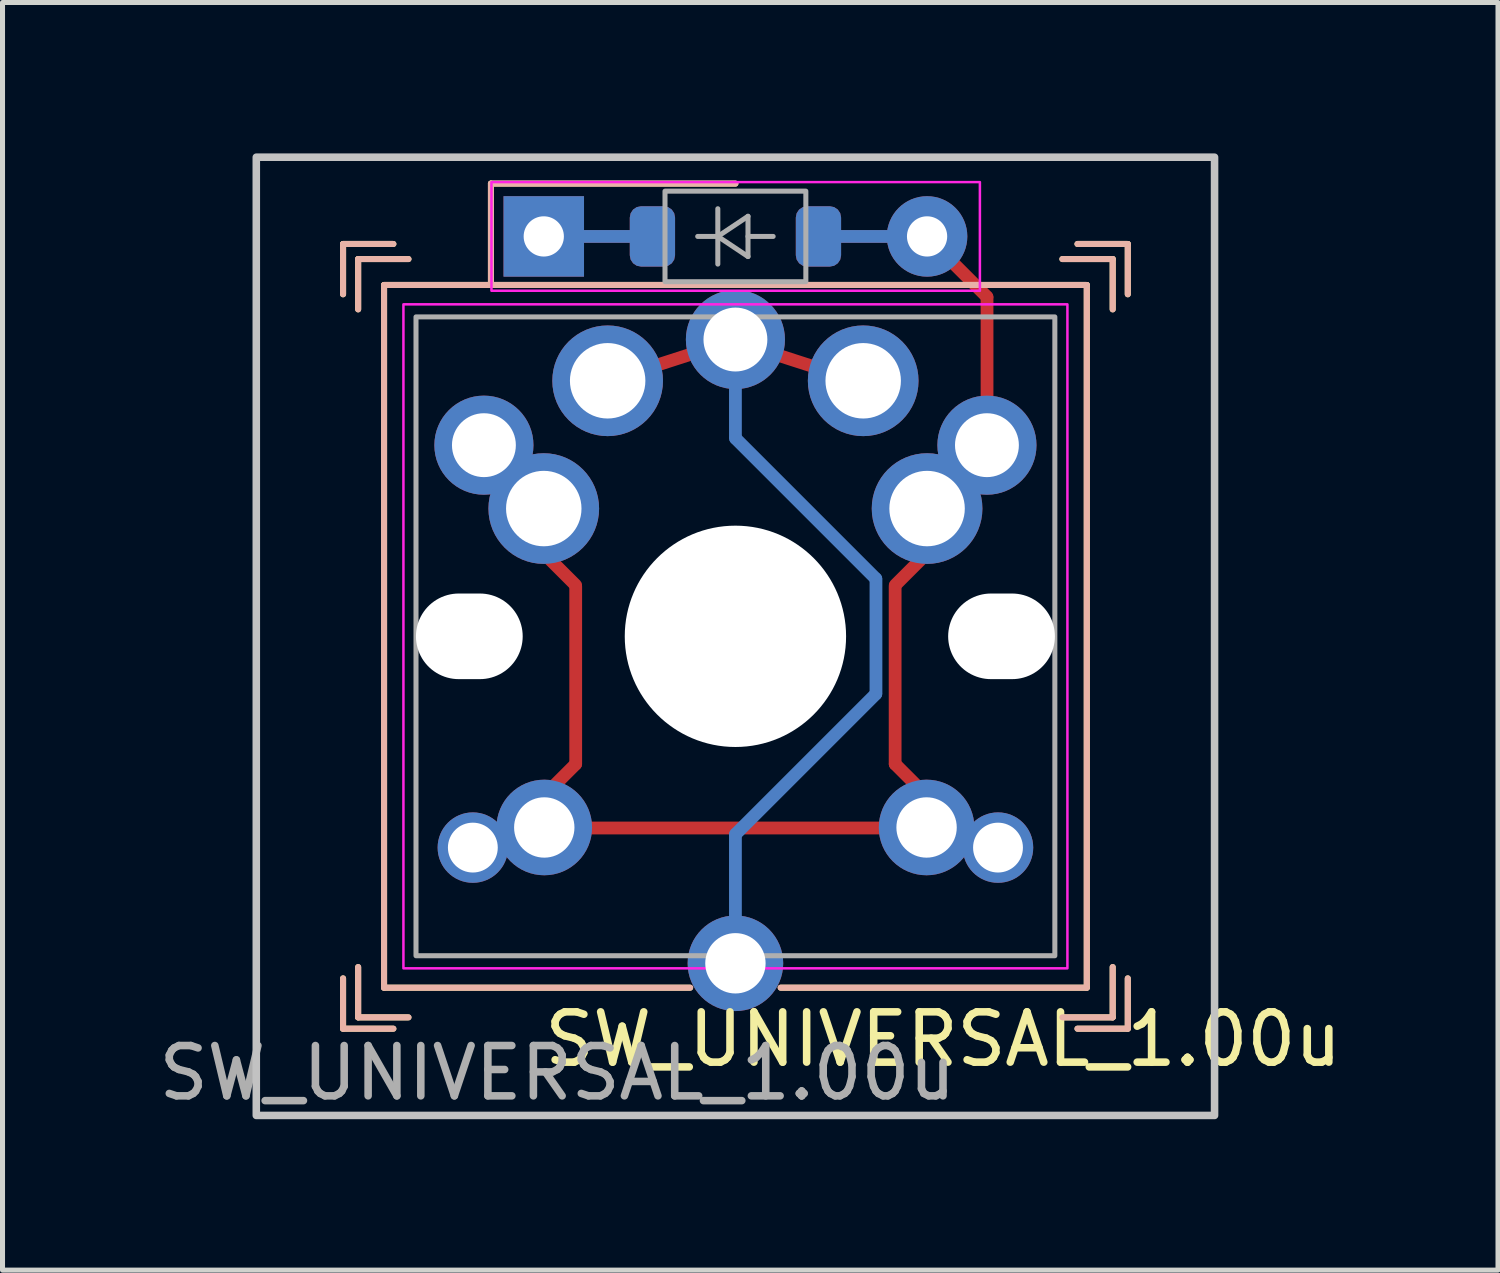
<source format=kicad_pcb>
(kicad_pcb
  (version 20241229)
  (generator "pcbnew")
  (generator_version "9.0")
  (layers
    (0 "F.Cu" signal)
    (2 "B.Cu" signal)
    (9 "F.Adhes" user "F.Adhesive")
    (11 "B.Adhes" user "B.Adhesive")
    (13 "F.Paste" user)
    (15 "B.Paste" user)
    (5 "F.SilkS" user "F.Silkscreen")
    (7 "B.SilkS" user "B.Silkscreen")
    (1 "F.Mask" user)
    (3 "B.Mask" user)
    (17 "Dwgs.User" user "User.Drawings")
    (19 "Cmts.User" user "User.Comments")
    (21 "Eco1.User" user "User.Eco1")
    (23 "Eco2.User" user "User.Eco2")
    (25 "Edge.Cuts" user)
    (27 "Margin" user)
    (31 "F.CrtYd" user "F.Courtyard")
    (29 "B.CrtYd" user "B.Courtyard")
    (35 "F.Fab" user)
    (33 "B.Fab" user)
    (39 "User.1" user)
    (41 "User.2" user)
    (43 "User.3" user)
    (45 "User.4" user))
  (footprint "SW_UNIVERSAL_1.00u"
    (layer "F.Cu")
    (at 11.57 9.6)
    (property "Reference" "SW_UNIVERSAL_1.00u" (at 4.13 8.01 0) (layer "F.SilkS") (effects (font (size 1 1) (thickness 0.15))))
    (attr through_hole)
    (fp_line (start -7.8 -7.8) (end -7.8 -6.8) (stroke (width 0.12) (type default)) (layer "F.SilkS"))
    (fp_line (start -7.8 -7.8) (end -6.8 -7.8) (stroke (width 0.12) (type default)) (layer "F.SilkS"))
    (fp_line (start -7.8 7.8) (end -7.8 6.8) (stroke (width 0.12) (type default)) (layer "F.SilkS"))
    (fp_line (start -7.8 7.8) (end -6.8 7.8) (stroke (width 0.12) (type default)) (layer "F.SilkS"))
    (fp_line (start -7.5 -7.5) (end -7.5 -6.5) (stroke (width 0.12) (type default)) (layer "F.SilkS"))
    (fp_line (start -7.5 -7.5) (end -6.5 -7.5) (stroke (width 0.12) (type default)) (layer "F.SilkS"))
    (fp_line (start -7.5 7.575) (end -7.5 6.575) (stroke (width 0.12) (type default)) (layer "F.SilkS"))
    (fp_line (start -7.5 7.575) (end -6.5 7.575) (stroke (width 0.12) (type default)) (layer "F.SilkS"))
    (fp_line (start -6.985 -6.985) (end 6.985 -6.985) (stroke (width 0.12) (type solid)) (layer "F.SilkS"))
    (fp_line (start -6.985 6.985) (end -6.985 -6.985) (stroke (width 0.12) (type solid)) (layer "F.SilkS"))
    (fp_line (start -4.86 -9) (end 0 -9) (stroke (width 0.12) (type default)) (layer "F.SilkS"))
    (fp_line (start -4.86 -7) (end -4.86 -9) (stroke (width 0.12) (type default)) (layer "F.SilkS"))
    (fp_line (start -0.9 6.985) (end -6.985 6.985) (stroke (width 0.12) (type solid)) (layer "F.SilkS"))
    (fp_line (start 6.985 -6.985) (end 6.985 6.985) (stroke (width 0.12) (type default)) (layer "F.SilkS"))
    (fp_line (start 6.985 6.985) (end 0.9 6.985) (stroke (width 0.12) (type default)) (layer "F.SilkS"))
    (fp_line (start 7.5 -7.5) (end 6.5 -7.5) (stroke (width 0.12) (type default)) (layer "F.SilkS"))
    (fp_line (start 7.5 -7.5) (end 7.5 -6.5) (stroke (width 0.12) (type default)) (layer "F.SilkS"))
    (fp_line (start 7.5 7.575) (end 6.5 7.575) (stroke (width 0.12) (type default)) (layer "F.SilkS"))
    (fp_line (start 7.5 7.575) (end 7.5 6.575) (stroke (width 0.12) (type default)) (layer "F.SilkS"))
    (fp_line (start 7.8 -7.8) (end 6.8 -7.8) (stroke (width 0.12) (type default)) (layer "F.SilkS"))
    (fp_line (start 7.8 -7.8) (end 7.8 -6.8) (stroke (width 0.12) (type default)) (layer "F.SilkS"))
    (fp_line (start 7.8 7.8) (end 6.8 7.8) (stroke (width 0.12) (type default)) (layer "F.SilkS"))
    (fp_line (start 7.8 7.8) (end 7.8 6.8) (stroke (width 0.12) (type default)) (layer "F.SilkS"))
    (fp_line (start -7.8 -6.8) (end -7.8 -7.8) (stroke (width 0.12) (type default)) (layer "B.SilkS"))
    (fp_line (start -7.8 6.8) (end -7.8 7.8) (stroke (width 0.12) (type default)) (layer "B.SilkS"))
    (fp_line (start -7.5 -6.5) (end -7.5 -7.5) (stroke (width 0.12) (type default)) (layer "B.SilkS"))
    (fp_line (start -7.5 6.575) (end -7.5 7.575) (stroke (width 0.12) (type default)) (layer "B.SilkS"))
    (fp_line (start -6.985 -6.985) (end 6.985 -6.985) (stroke (width 0.12) (type solid)) (layer "B.SilkS"))
    (fp_line (start -6.985 6.985) (end -6.985 -6.985) (stroke (width 0.12) (type default)) (layer "B.SilkS"))
    (fp_line (start -6.8 -7.8) (end -7.8 -7.8) (stroke (width 0.12) (type default)) (layer "B.SilkS"))
    (fp_line (start -6.8 7.8) (end -7.8 7.8) (stroke (width 0.12) (type default)) (layer "B.SilkS"))
    (fp_line (start -6.5 -7.5) (end -7.5 -7.5) (stroke (width 0.12) (type default)) (layer "B.SilkS"))
    (fp_line (start -6.5 7.575) (end -7.5 7.575) (stroke (width 0.12) (type default)) (layer "B.SilkS"))
    (fp_line (start -4.86 -7) (end -4.86 -9) (stroke (width 0.12) (type default)) (layer "B.SilkS"))
    (fp_line (start -0.9 6.985) (end -6.985 6.985) (stroke (width 0.12) (type default)) (layer "B.SilkS"))
    (fp_line (start 0 -9) (end -4.86 -9) (stroke (width 0.12) (type default)) (layer "B.SilkS"))
    (fp_line (start 6.5 -7.5) (end 7.5 -7.5) (stroke (width 0.12) (type default)) (layer "B.SilkS"))
    (fp_line (start 6.5 7.575) (end 7.5 7.575) (stroke (width 0.12) (type default)) (layer "B.SilkS"))
    (fp_line (start 6.8 -7.8) (end 7.8 -7.8) (stroke (width 0.12) (type default)) (layer "B.SilkS"))
    (fp_line (start 6.8 7.8) (end 7.8 7.8) (stroke (width 0.12) (type default)) (layer "B.SilkS"))
    (fp_line (start 6.985 -6.985) (end 6.985 6.985) (stroke (width 0.12) (type solid)) (layer "B.SilkS"))
    (fp_line (start 6.985 6.985) (end 0.9 6.985) (stroke (width 0.12) (type solid)) (layer "B.SilkS"))
    (fp_line (start 7.5 -6.5) (end 7.5 -7.5) (stroke (width 0.12) (type default)) (layer "B.SilkS"))
    (fp_line (start 7.5 6.575) (end 7.5 7.575) (stroke (width 0.12) (type default)) (layer "B.SilkS"))
    (fp_line (start 7.8 -6.8) (end 7.8 -7.8) (stroke (width 0.12) (type default)) (layer "B.SilkS"))
    (fp_line (start 7.8 6.8) (end 7.8 7.8) (stroke (width 0.12) (type default)) (layer "B.SilkS"))
    (fp_rect (start -9.525 -9.525) (end 9.525 9.525) (stroke (width 0.15) (type solid)) (fill no) (layer "Dwgs.User"))
    (fp_rect (start -6.6 -6.6) (end 6.6 6.6) (stroke (width 0.05) (type solid)) (fill no) (layer "F.CrtYd"))
    (fp_rect (start -4.85 -9.03) (end 4.86 -6.87) (stroke (width 0.05) (type solid)) (fill no) (layer "F.CrtYd"))
    (fp_line (start -0.75 -7.95) (end -0.35 -7.95) (stroke (width 0.1) (type solid)) (layer "F.Fab"))
    (fp_line (start -0.35 -7.95) (end -0.35 -8.5) (stroke (width 0.1) (type solid)) (layer "F.Fab"))
    (fp_line (start -0.35 -7.95) (end -0.35 -7.4) (stroke (width 0.1) (type solid)) (layer "F.Fab"))
    (fp_line (start -0.35 -7.95) (end 0.25 -8.35) (stroke (width 0.1) (type solid)) (layer "F.Fab"))
    (fp_line (start 0.25 -8.35) (end 0.25 -7.55) (stroke (width 0.1) (type solid)) (layer "F.Fab"))
    (fp_line (start 0.25 -7.95) (end 0.75 -7.95) (stroke (width 0.1) (type solid)) (layer "F.Fab"))
    (fp_line (start 0.25 -7.55) (end -0.35 -7.95) (stroke (width 0.1) (type solid)) (layer "F.Fab"))
    (fp_rect (start -6.35 -6.35) (end 6.35 6.35) (stroke (width 0.1) (type solid)) (fill no) (layer "F.Fab"))
    (fp_rect (start -1.4 -8.85) (end 1.4 -7.05) (stroke (width 0.1) (type solid)) (fill no) (layer "F.Fab"))
    (fp_line (start -8.5 -4) (end -8.5 -8.5) (stroke (width 0.12) (type default)) (layer "User.1"))
    (fp_line (start -8.5 4) (end -8.5 8.5) (stroke (width 0.12) (type default)) (layer "User.1"))
    (fp_line (start -7 -7) (end -7 -4) (stroke (width 0.12) (type default)) (layer "User.1"))
    (fp_line (start -7 -7) (end -5 -7) (stroke (width 0.12) (type default)) (layer "User.1"))
    (fp_line (start -7 -4) (end -8.5 -4) (stroke (width 0.12) (type default)) (layer "User.1"))
    (fp_line (start -7 4) (end -8.5 4) (stroke (width 0.12) (type default)) (layer "User.1"))
    (fp_line (start -7 7) (end -7 4) (stroke (width 0.12) (type default)) (layer "User.1"))
    (fp_line (start -7 7) (end -4 7) (stroke (width 0.12) (type default)) (layer "User.1"))
    (fp_line (start -5 -8.5) (end -8.5 -8.5) (stroke (width 0.12) (type default)) (layer "User.1"))
    (fp_line (start -5 -7) (end -5 -8.5) (stroke (width 0.12) (type default)) (layer "User.1"))
    (fp_line (start -4 7) (end -4 8.5) (stroke (width 0.12) (type default)) (layer "User.1"))
    (fp_line (start -4 8.5) (end -8.5 8.5) (stroke (width 0.12) (type default)) (layer "User.1"))
    (fp_line (start 4 7) (end 4 8.5) (stroke (width 0.12) (type default)) (layer "User.1"))
    (fp_line (start 4 8.5) (end 8.5 8.5) (stroke (width 0.12) (type default)) (layer "User.1"))
    (fp_line (start 5 -8.5) (end 8.5 -8.5) (stroke (width 0.12) (type default)) (layer "User.1"))
    (fp_line (start 5 -7) (end 5 -8.5) (stroke (width 0.12) (type default)) (layer "User.1"))
    (fp_line (start 7 -7) (end 5 -7) (stroke (width 0.12) (type default)) (layer "User.1"))
    (fp_line (start 7 -7) (end 7 -4) (stroke (width 0.12) (type default)) (layer "User.1"))
    (fp_line (start 7 -4) (end 8.5 -4) (stroke (width 0.12) (type default)) (layer "User.1"))
    (fp_line (start 7 4) (end 8.5 4) (stroke (width 0.12) (type default)) (layer "User.1"))
    (fp_line (start 7 7) (end 4 7) (stroke (width 0.12) (type default)) (layer "User.1"))
    (fp_line (start 7 7) (end 7 4) (stroke (width 0.12) (type default)) (layer "User.1"))
    (fp_line (start 8.5 -4) (end 8.5 -8.5) (stroke (width 0.12) (type default)) (layer "User.1"))
    (fp_line (start 8.5 4) (end 8.5 8.5) (stroke (width 0.12) (type default)) (layer "User.1"))
    (fp_rect (start -7 -9) (end 7 7) (stroke (width 0.12) (type default)) (fill no) (layer "User.2"))
    (fp_rect (start -7 -7) (end 7 7) (stroke (width 0.12) (type default)) (fill no) (layer "User.3"))
    (fp_text user "${REFERENCE}" (at -3.54 8.68 0) (layer "F.Fab") (effects (font (size 1 1) (thickness 0.15))))
    (pad "" np_thru_hole oval (at -5.29 0 180) (size 2.122 1.702) (drill oval 2.122 1.702) (layers "*.Cu" "*.Mask"))
    (pad "" np_thru_hole circle (at 0 0) (size 4.4 4.4) (drill 4.4) (layers "*.Cu" "*.Mask"))
    (pad "" np_thru_hole oval (at 5.29 0 180) (size 2.122 1.702) (drill oval 2.122 1.702) (layers "*.Cu" "*.Mask"))
    (pad "1" thru_hole circle (at -2.54 -5.08) (size 2.2 2.2) (drill 1.5) (layers "*.Cu" "*.Mask"))
    (pad "1" smd roundrect (at -1.3 -5.475 107.9) (size 0.254 1.333) (layers "F.Cu") (roundrect_rratio 0.164))
    (pad "1" smd roundrect (at -0.000001 4.826) (size 0.254 2.032) (layers "B.Cu") (roundrect_rratio 0.5))
    (pad "1" thru_hole circle (at 0 -5.9 180) (size 1.97 1.97) (drill 1.27) (layers "*.Cu" "*.Mask"))
    (pad "1" smd roundrect (at 0 -4.78) (size 0.254 1.939) (layers "B.Cu") (roundrect_rratio 0.5))
    (pad "1" thru_hole circle (at 0 6.5) (size 1.9 1.9) (drill 1.2) (layers "*.Cu" "*.Mask"))
    (pad "1" smd roundrect (at 1.2 -5.475 72.1) (size 0.254 1.333) (layers "F.Cu") (roundrect_rratio 0.164))
    (pad "1" smd roundrect (at 1.397 -2.54 225) (size 0.254 4.194) (layers "B.Cu") (roundrect_rratio 0.5))
    (pad "1" smd roundrect (at 1.397 2.54 315) (size 0.254 4.194) (layers "B.Cu") (roundrect_rratio 0.5))
    (pad "1" thru_hole circle (at 2.54 -5.08) (size 2.2 2.2) (drill 1.5) (layers "*.Cu" "*.Mask"))
    (pad "1" smd roundrect (at 2.794 0) (size 0.254 2.54) (layers "B.Cu") (roundrect_rratio 0.5))
    (pad "2" thru_hole rect (at -3.81 -7.95 90) (size 1.6 1.6) (drill 0.8) (layers "*.Cu" "*.Mask"))
    (pad "2" smd roundrect (at -2.6 -7.95 270) (size 0.254 1.333) (layers "F.Cu") (roundrect_rratio 0.164))
    (pad "2" smd roundrect (at -2.6 -7.95 270) (size 0.254 1.333) (layers "B.Cu") (roundrect_rratio 0.164))
    (pad "2" smd roundrect (at -1.65 -7.95) (size 0.9 1.2) (layers "F.Cu" "F.Mask" "F.Paste") (roundrect_rratio 0.25))
    (pad "2" smd roundrect (at -1.65 -7.95 180) (size 0.9 1.2) (layers "B.Cu" "B.Mask" "B.Paste") (roundrect_rratio 0.25))
    (pad "3" thru_hole circle (at -5.22 4.2 180) (size 1.4 1.4) (drill 0.991) (layers "*.Cu" "*.Mask"))
    (pad "3" thru_hole circle (at -5 -3.8 180) (size 1.97 1.97) (drill 1.27) (layers "*.Cu" "*.Mask"))
    (pad "3" thru_hole circle (at -3.81 -2.54) (size 2.2 2.2) (drill 1.5) (layers "*.Cu" "*.Mask"))
    (pad "3" thru_hole circle (at -3.8 3.8) (size 1.9 1.9) (drill 1.2) (layers "*.Cu" "*.Mask"))
    (pad "3" smd roundrect (at -3.429 -1.27 45) (size 0.254 0.97) (layers "F.Cu") (roundrect_rratio 0.5))
    (pad "3" smd roundrect (at -3.429 2.794 135) (size 0.254 0.97) (layers "F.Cu") (roundrect_rratio 0.5))
    (pad "3" smd roundrect (at -3.175 0.774) (size 0.254 3.785) (layers "F.Cu") (roundrect_rratio 0.5))
    (pad "3" smd roundrect (at -0.000002 3.81 90) (size 0.254 6.096) (layers "F.Cu") (roundrect_rratio 0.164))
    (pad "3" smd roundrect (at 1.65 -7.95) (size 0.9 1.2) (layers "F.Cu" "F.Mask" "F.Paste") (roundrect_rratio 0.25))
    (pad "3" smd roundrect (at 1.651 -7.95 180) (size 0.9 1.2) (layers "B.Cu" "B.Mask" "B.Paste") (roundrect_rratio 0.25))
    (pad "3" smd roundrect (at 2.5 -7.95 270) (size 0.254 1.333) (layers "F.Cu") (roundrect_rratio 0.164))
    (pad "3" smd roundrect (at 2.5 -7.95 270) (size 0.254 1.333) (layers "B.Cu") (roundrect_rratio 0.164))
    (pad "3" smd roundrect (at 3.175 0.774) (size 0.254 3.785) (layers "F.Cu") (roundrect_rratio 0.5))
    (pad "3" smd roundrect (at 3.429 -1.27 315) (size 0.254 0.97) (layers "F.Cu") (roundrect_rratio 0.5))
    (pad "3" smd roundrect (at 3.429 2.794 225) (size 0.254 0.97) (layers "F.Cu") (roundrect_rratio 0.5))
    (pad "3" thru_hole circle (at 3.8 3.8) (size 1.9 1.9) (drill 1.2) (layers "*.Cu" "*.Mask"))
    (pad "3" thru_hole oval (at 3.81 -7.95) (size 1.6 1.6) (drill 0.8) (layers "*.Cu" "*.Mask"))
    (pad "3" thru_hole circle (at 3.81 -2.54) (size 2.2 2.2) (drill 1.5) (layers "*.Cu" "*.Mask"))
    (pad "3" smd roundrect (at 4.3 -7.45 45) (size 0.254 2.24) (layers "F.Cu") (roundrect_rratio 0.5))
    (pad "3" thru_hole circle (at 5 -3.8 180) (size 1.97 1.97) (drill 1.27) (layers "*.Cu" "*.Mask"))
    (pad "3" smd roundrect (at 5.002 -5.52 180) (size 0.254 2.7) (layers "F.Cu") (roundrect_rratio 0.5))
    (pad "3" thru_hole circle (at 5.22 4.2 180) (size 1.4 1.4) (drill 0.991) (layers "*.Cu" "*.Mask")))
  (gr_rect
    (start -3 -3)
    (end 26.73 22.2)
    (stroke (width 0.1) (type default))
    (fill no)
    (layer "Edge.Cuts")))
</source>
